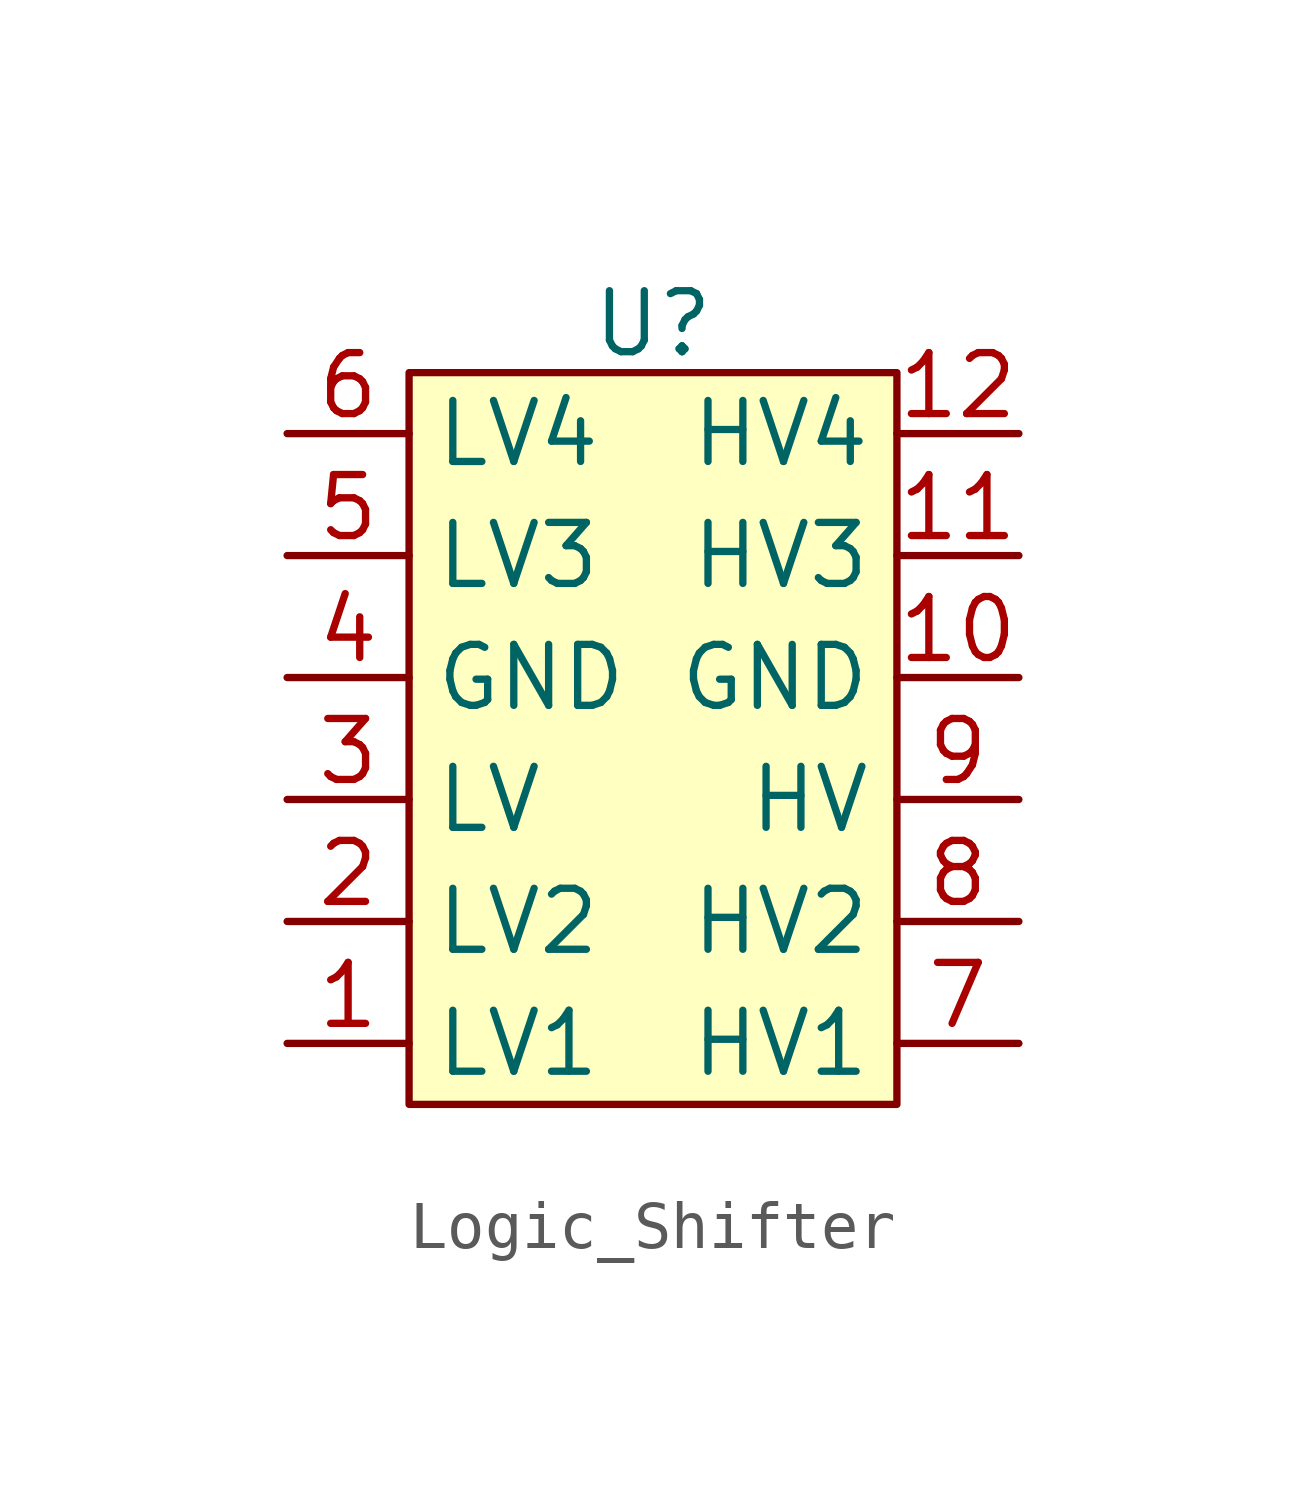
<source format=kicad_sym>
(kicad_symbol_lib
  (version 20241209)
  (generator "kicad_symbol_editor")
  (generator_version "9.0")
  (symbol "Logic_Shifter"
    (property "Reference" "U"
      (at -7.62 14.986 0)
      (effects (font (size 1.27 1.27))))
    (property "Value" ""
      (at 0 0 0)
      (effects (font (size 1.27 1.27))))
    (symbol "Logic_Shifter_0_0"
      (pin unspecified line (at -15.24 12.7 0) (length 2.54) (name "LV4" (effects (font (size 1.27 1.27)))) (number "6" (effects (font (size 1.27 1.27)))))
      (pin unspecified line (at -15.24 10.16 0) (length 2.54) (name "LV3" (effects (font (size 1.27 1.27)))) (number "5" (effects (font (size 1.27 1.27)))))
      (pin unspecified line (at -15.24 7.62 0) (length 2.54) (name "GND" (effects (font (size 1.27 1.27)))) (number "4" (effects (font (size 1.27 1.27)))))
      (pin unspecified line (at -15.24 5.08 0) (length 2.54) (name "LV" (effects (font (size 1.27 1.27)))) (number "3" (effects (font (size 1.27 1.27)))))
      (pin unspecified line (at -15.24 2.54 0) (length 2.54) (name "LV2" (effects (font (size 1.27 1.27)))) (number "2" (effects (font (size 1.27 1.27)))))
      (pin unspecified line (at -15.24 0 0) (length 2.54) (name "LV1" (effects (font (size 1.27 1.27)))) (number "1" (effects (font (size 1.27 1.27)))))
      (pin unspecified line (at 0 12.7 180) (length 2.54) (name "HV4" (effects (font (size 1.27 1.27)))) (number "12" (effects (font (size 1.27 1.27)))))
      (pin unspecified line (at 0 10.16 180) (length 2.54) (name "HV3" (effects (font (size 1.27 1.27)))) (number "11" (effects (font (size 1.27 1.27)))))
      (pin unspecified line (at 0 7.62 180) (length 2.54) (name "GND" (effects (font (size 1.27 1.27)))) (number "10" (effects (font (size 1.27 1.27)))))
      (pin unspecified line (at 0 5.08 180) (length 2.54) (name "HV" (effects (font (size 1.27 1.27)))) (number "9" (effects (font (size 1.27 1.27)))))
      (pin unspecified line (at 0 2.54 180) (length 2.54) (name "HV2" (effects (font (size 1.27 1.27)))) (number "8" (effects (font (size 1.27 1.27)))))
      (pin unspecified line (at 0 0 180) (length 2.54) (name "HV1" (effects (font (size 1.27 1.27)))) (number "7" (effects (font (size 1.27 1.27))))))
    (symbol "Logic_Shifter_0_1"
      (rectangle (start -12.7 13.97) (end -2.54 -1.27) (stroke (width 0) (type default)) (fill (type background))))))
</source>
